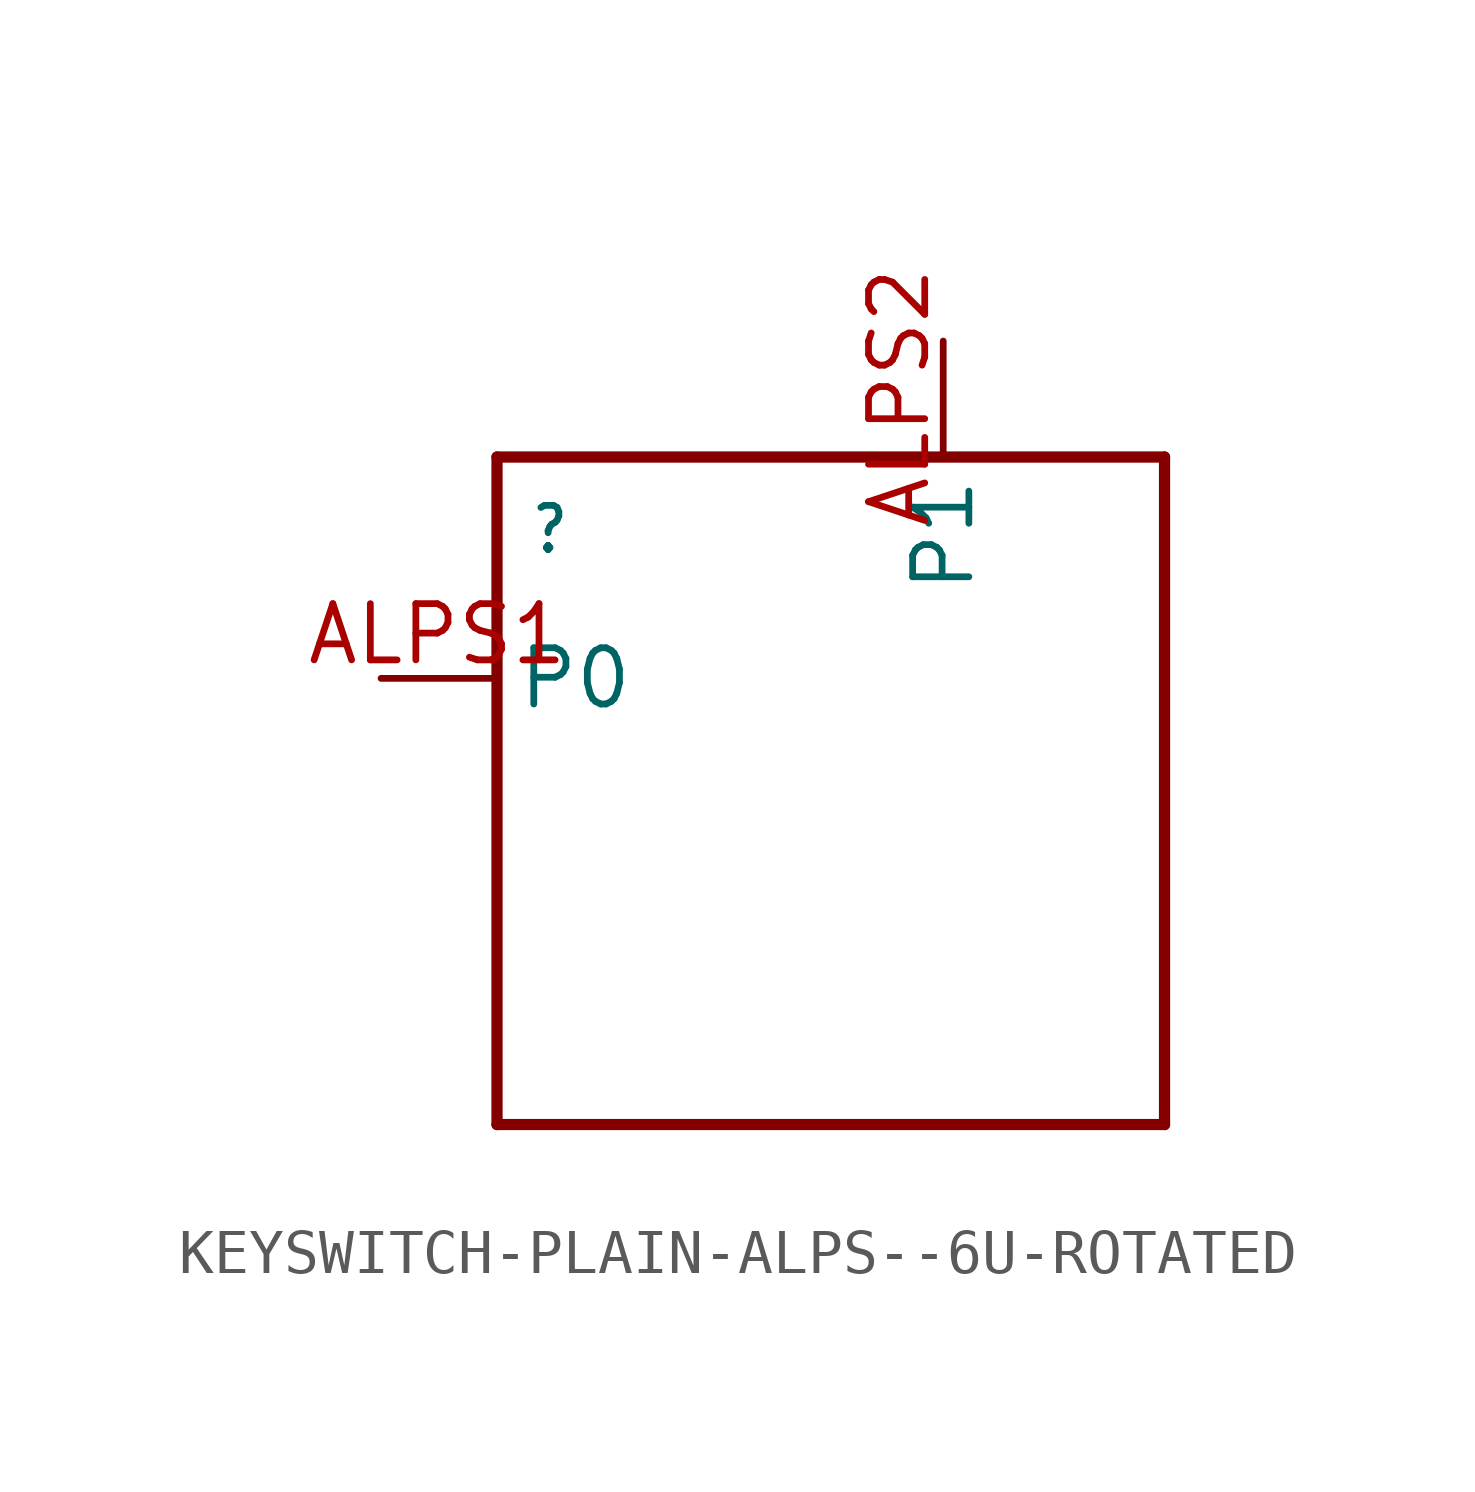
<source format=kicad_sym>
(kicad_symbol_lib
  (version 20211014)
  (generator kicad_symbol_editor)
  (symbol "KEYSWITCH-PLAIN-ALPS--6U-ROTATED"
    (property "Reference" ""
      (at -6.81 5.318 0)
      (effects (font (size 1 0.85)) (justify left bottom)))
    (property "ki_locked" ""
      (at 0 0 0)
      (effects (font (size 1.27 1.27))))
    (symbol "KEYSWITCH-PLAIN-ALPS--6U-ROTATED_1_0"
      (polyline (pts (xy -7.54 -7.54) (xy -7.54 7.54)) (stroke (width 0.254) (type default) (color 0 0 0 0)) (fill (type none)))
      (polyline (pts (xy -7.54 7.54) (xy 7.54 7.54)) (stroke (width 0.254) (type default) (color 0 0 0 0)) (fill (type none)))
      (polyline (pts (xy 7.54 -7.54) (xy -7.54 -7.54)) (stroke (width 0.254) (type default) (color 0 0 0 0)) (fill (type none)))
      (polyline (pts (xy 7.54 7.54) (xy 7.54 -7.54)) (stroke (width 0.254) (type default) (color 0 0 0 0)) (fill (type none)))
      (pin bidirectional line (at -10.16 2.54 0) (length 2.54) (name "P0" (effects (font (size 1.27 1.27)))) (number "ALPS1" (effects (font (size 1.27 1.27)))))
      (pin bidirectional line (at 2.54 10.16 270) (length 2.54) (name "P1" (effects (font (size 1.27 1.27)))) (number "ALPS2" (effects (font (size 1.27 1.27))))))))
</source>
